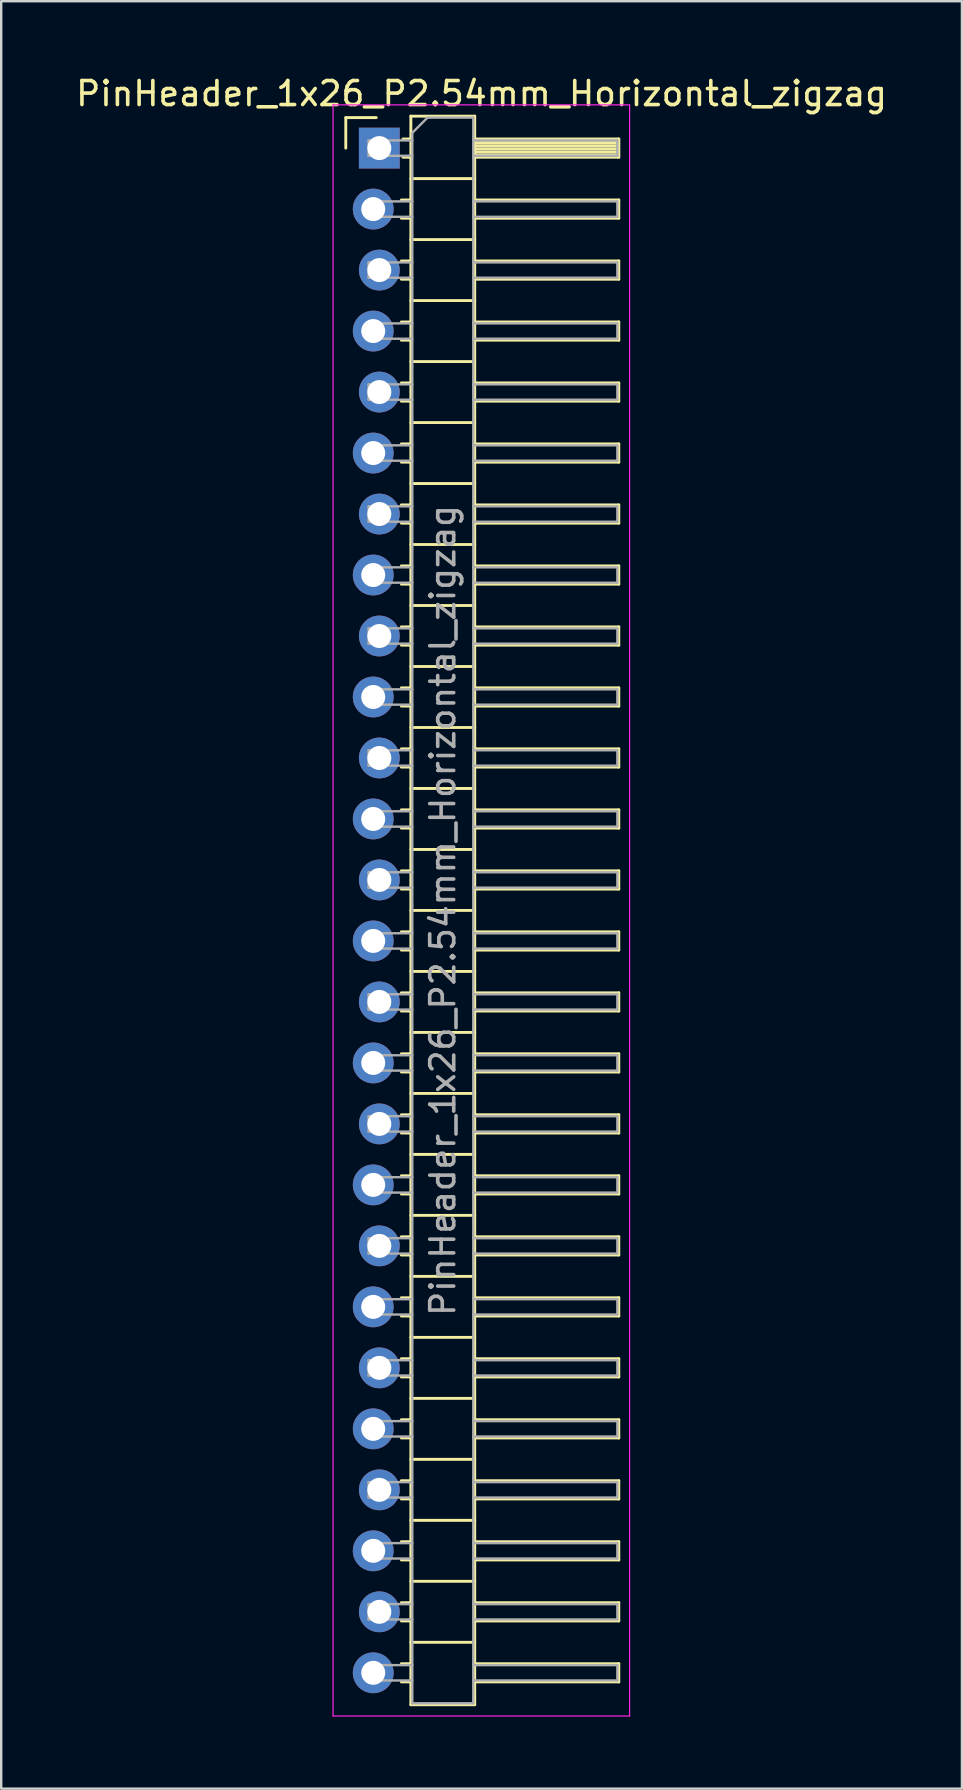
<source format=kicad_pcb>
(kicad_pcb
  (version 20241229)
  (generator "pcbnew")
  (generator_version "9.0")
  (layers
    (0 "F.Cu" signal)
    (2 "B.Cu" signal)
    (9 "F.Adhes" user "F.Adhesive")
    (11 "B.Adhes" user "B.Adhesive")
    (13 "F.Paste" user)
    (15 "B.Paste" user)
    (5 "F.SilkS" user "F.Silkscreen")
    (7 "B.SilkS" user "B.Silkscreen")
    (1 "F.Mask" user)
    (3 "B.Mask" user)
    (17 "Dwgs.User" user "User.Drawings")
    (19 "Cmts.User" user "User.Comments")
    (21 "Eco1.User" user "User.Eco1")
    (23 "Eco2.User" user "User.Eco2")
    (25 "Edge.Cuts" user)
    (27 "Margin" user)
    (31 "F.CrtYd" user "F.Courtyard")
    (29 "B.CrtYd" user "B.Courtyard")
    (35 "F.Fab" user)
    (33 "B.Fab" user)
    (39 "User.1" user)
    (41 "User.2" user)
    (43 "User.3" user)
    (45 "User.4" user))
  (footprint "PinHeader_1x26_P2.54mm_Horizontal_zigzag"
    (layer "F.Cu")
    (at 12.621 3.118)
    (property "Reference" "PinHeader_1x26_P2.54mm_Horizontal_zigzag" (at 4.385 -2.27 0) (layer "F.SilkS") (effects (font (size 1 1) (thickness 0.15))))
    (attr through_hole)
    (fp_line (start -1.27 -1.27) (end 0 -1.27) (stroke (width 0.12) (type solid)) (layer "F.SilkS"))
    (fp_line (start -1.27 0) (end -1.27 -1.27) (stroke (width 0.12) (type solid)) (layer "F.SilkS"))
    (fp_line (start 1.043 2.16) (end 1.44 2.16) (stroke (width 0.12) (type solid)) (layer "F.SilkS"))
    (fp_line (start 1.043 2.92) (end 1.44 2.92) (stroke (width 0.12) (type solid)) (layer "F.SilkS"))
    (fp_line (start 1.043 4.7) (end 1.44 4.7) (stroke (width 0.12) (type solid)) (layer "F.SilkS"))
    (fp_line (start 1.043 5.46) (end 1.44 5.46) (stroke (width 0.12) (type solid)) (layer "F.SilkS"))
    (fp_line (start 1.043 7.24) (end 1.44 7.24) (stroke (width 0.12) (type solid)) (layer "F.SilkS"))
    (fp_line (start 1.043 8) (end 1.44 8) (stroke (width 0.12) (type solid)) (layer "F.SilkS"))
    (fp_line (start 1.043 9.78) (end 1.44 9.78) (stroke (width 0.12) (type solid)) (layer "F.SilkS"))
    (fp_line (start 1.043 10.54) (end 1.44 10.54) (stroke (width 0.12) (type solid)) (layer "F.SilkS"))
    (fp_line (start 1.043 12.32) (end 1.44 12.32) (stroke (width 0.12) (type solid)) (layer "F.SilkS"))
    (fp_line (start 1.043 13.08) (end 1.44 13.08) (stroke (width 0.12) (type solid)) (layer "F.SilkS"))
    (fp_line (start 1.043 14.86) (end 1.44 14.86) (stroke (width 0.12) (type solid)) (layer "F.SilkS"))
    (fp_line (start 1.043 15.62) (end 1.44 15.62) (stroke (width 0.12) (type solid)) (layer "F.SilkS"))
    (fp_line (start 1.043 17.4) (end 1.44 17.4) (stroke (width 0.12) (type solid)) (layer "F.SilkS"))
    (fp_line (start 1.043 18.16) (end 1.44 18.16) (stroke (width 0.12) (type solid)) (layer "F.SilkS"))
    (fp_line (start 1.043 19.94) (end 1.44 19.94) (stroke (width 0.12) (type solid)) (layer "F.SilkS"))
    (fp_line (start 1.043 20.7) (end 1.44 20.7) (stroke (width 0.12) (type solid)) (layer "F.SilkS"))
    (fp_line (start 1.043 22.48) (end 1.44 22.48) (stroke (width 0.12) (type solid)) (layer "F.SilkS"))
    (fp_line (start 1.043 23.24) (end 1.44 23.24) (stroke (width 0.12) (type solid)) (layer "F.SilkS"))
    (fp_line (start 1.043 25.02) (end 1.44 25.02) (stroke (width 0.12) (type solid)) (layer "F.SilkS"))
    (fp_line (start 1.043 25.78) (end 1.44 25.78) (stroke (width 0.12) (type solid)) (layer "F.SilkS"))
    (fp_line (start 1.043 27.56) (end 1.44 27.56) (stroke (width 0.12) (type solid)) (layer "F.SilkS"))
    (fp_line (start 1.043 28.32) (end 1.44 28.32) (stroke (width 0.12) (type solid)) (layer "F.SilkS"))
    (fp_line (start 1.043 30.1) (end 1.44 30.1) (stroke (width 0.12) (type solid)) (layer "F.SilkS"))
    (fp_line (start 1.043 30.86) (end 1.44 30.86) (stroke (width 0.12) (type solid)) (layer "F.SilkS"))
    (fp_line (start 1.043 32.64) (end 1.44 32.64) (stroke (width 0.12) (type solid)) (layer "F.SilkS"))
    (fp_line (start 1.043 33.4) (end 1.44 33.4) (stroke (width 0.12) (type solid)) (layer "F.SilkS"))
    (fp_line (start 1.043 35.18) (end 1.44 35.18) (stroke (width 0.12) (type solid)) (layer "F.SilkS"))
    (fp_line (start 1.043 35.94) (end 1.44 35.94) (stroke (width 0.12) (type solid)) (layer "F.SilkS"))
    (fp_line (start 1.043 37.72) (end 1.44 37.72) (stroke (width 0.12) (type solid)) (layer "F.SilkS"))
    (fp_line (start 1.043 38.48) (end 1.44 38.48) (stroke (width 0.12) (type solid)) (layer "F.SilkS"))
    (fp_line (start 1.043 40.26) (end 1.44 40.26) (stroke (width 0.12) (type solid)) (layer "F.SilkS"))
    (fp_line (start 1.043 41.02) (end 1.44 41.02) (stroke (width 0.12) (type solid)) (layer "F.SilkS"))
    (fp_line (start 1.043 42.8) (end 1.44 42.8) (stroke (width 0.12) (type solid)) (layer "F.SilkS"))
    (fp_line (start 1.043 43.56) (end 1.44 43.56) (stroke (width 0.12) (type solid)) (layer "F.SilkS"))
    (fp_line (start 1.043 45.34) (end 1.44 45.34) (stroke (width 0.12) (type solid)) (layer "F.SilkS"))
    (fp_line (start 1.043 46.1) (end 1.44 46.1) (stroke (width 0.12) (type solid)) (layer "F.SilkS"))
    (fp_line (start 1.043 47.88) (end 1.44 47.88) (stroke (width 0.12) (type solid)) (layer "F.SilkS"))
    (fp_line (start 1.043 48.64) (end 1.44 48.64) (stroke (width 0.12) (type solid)) (layer "F.SilkS"))
    (fp_line (start 1.043 50.42) (end 1.44 50.42) (stroke (width 0.12) (type solid)) (layer "F.SilkS"))
    (fp_line (start 1.043 51.18) (end 1.44 51.18) (stroke (width 0.12) (type solid)) (layer "F.SilkS"))
    (fp_line (start 1.043 52.96) (end 1.44 52.96) (stroke (width 0.12) (type solid)) (layer "F.SilkS"))
    (fp_line (start 1.043 53.72) (end 1.44 53.72) (stroke (width 0.12) (type solid)) (layer "F.SilkS"))
    (fp_line (start 1.043 55.5) (end 1.44 55.5) (stroke (width 0.12) (type solid)) (layer "F.SilkS"))
    (fp_line (start 1.043 56.26) (end 1.44 56.26) (stroke (width 0.12) (type solid)) (layer "F.SilkS"))
    (fp_line (start 1.043 58.04) (end 1.44 58.04) (stroke (width 0.12) (type solid)) (layer "F.SilkS"))
    (fp_line (start 1.043 58.8) (end 1.44 58.8) (stroke (width 0.12) (type solid)) (layer "F.SilkS"))
    (fp_line (start 1.043 60.58) (end 1.44 60.58) (stroke (width 0.12) (type solid)) (layer "F.SilkS"))
    (fp_line (start 1.043 61.34) (end 1.44 61.34) (stroke (width 0.12) (type solid)) (layer "F.SilkS"))
    (fp_line (start 1.043 63.12) (end 1.44 63.12) (stroke (width 0.12) (type solid)) (layer "F.SilkS"))
    (fp_line (start 1.043 63.88) (end 1.44 63.88) (stroke (width 0.12) (type solid)) (layer "F.SilkS"))
    (fp_line (start 1.11 -0.38) (end 1.44 -0.38) (stroke (width 0.12) (type solid)) (layer "F.SilkS"))
    (fp_line (start 1.11 0.38) (end 1.44 0.38) (stroke (width 0.12) (type solid)) (layer "F.SilkS"))
    (fp_line (start 1.44 -1.33) (end 1.44 64.83) (stroke (width 0.12) (type solid)) (layer "F.SilkS"))
    (fp_line (start 1.44 1.27) (end 4.1 1.27) (stroke (width 0.12) (type solid)) (layer "F.SilkS"))
    (fp_line (start 1.44 3.81) (end 4.1 3.81) (stroke (width 0.12) (type solid)) (layer "F.SilkS"))
    (fp_line (start 1.44 6.35) (end 4.1 6.35) (stroke (width 0.12) (type solid)) (layer "F.SilkS"))
    (fp_line (start 1.44 8.89) (end 4.1 8.89) (stroke (width 0.12) (type solid)) (layer "F.SilkS"))
    (fp_line (start 1.44 11.43) (end 4.1 11.43) (stroke (width 0.12) (type solid)) (layer "F.SilkS"))
    (fp_line (start 1.44 13.97) (end 4.1 13.97) (stroke (width 0.12) (type solid)) (layer "F.SilkS"))
    (fp_line (start 1.44 16.51) (end 4.1 16.51) (stroke (width 0.12) (type solid)) (layer "F.SilkS"))
    (fp_line (start 1.44 19.05) (end 4.1 19.05) (stroke (width 0.12) (type solid)) (layer "F.SilkS"))
    (fp_line (start 1.44 21.59) (end 4.1 21.59) (stroke (width 0.12) (type solid)) (layer "F.SilkS"))
    (fp_line (start 1.44 24.13) (end 4.1 24.13) (stroke (width 0.12) (type solid)) (layer "F.SilkS"))
    (fp_line (start 1.44 26.67) (end 4.1 26.67) (stroke (width 0.12) (type solid)) (layer "F.SilkS"))
    (fp_line (start 1.44 29.21) (end 4.1 29.21) (stroke (width 0.12) (type solid)) (layer "F.SilkS"))
    (fp_line (start 1.44 31.75) (end 4.1 31.75) (stroke (width 0.12) (type solid)) (layer "F.SilkS"))
    (fp_line (start 1.44 34.29) (end 4.1 34.29) (stroke (width 0.12) (type solid)) (layer "F.SilkS"))
    (fp_line (start 1.44 36.83) (end 4.1 36.83) (stroke (width 0.12) (type solid)) (layer "F.SilkS"))
    (fp_line (start 1.44 39.37) (end 4.1 39.37) (stroke (width 0.12) (type solid)) (layer "F.SilkS"))
    (fp_line (start 1.44 41.91) (end 4.1 41.91) (stroke (width 0.12) (type solid)) (layer "F.SilkS"))
    (fp_line (start 1.44 44.45) (end 4.1 44.45) (stroke (width 0.12) (type solid)) (layer "F.SilkS"))
    (fp_line (start 1.44 46.99) (end 4.1 46.99) (stroke (width 0.12) (type solid)) (layer "F.SilkS"))
    (fp_line (start 1.44 49.53) (end 4.1 49.53) (stroke (width 0.12) (type solid)) (layer "F.SilkS"))
    (fp_line (start 1.44 52.07) (end 4.1 52.07) (stroke (width 0.12) (type solid)) (layer "F.SilkS"))
    (fp_line (start 1.44 54.61) (end 4.1 54.61) (stroke (width 0.12) (type solid)) (layer "F.SilkS"))
    (fp_line (start 1.44 57.15) (end 4.1 57.15) (stroke (width 0.12) (type solid)) (layer "F.SilkS"))
    (fp_line (start 1.44 59.69) (end 4.1 59.69) (stroke (width 0.12) (type solid)) (layer "F.SilkS"))
    (fp_line (start 1.44 62.23) (end 4.1 62.23) (stroke (width 0.12) (type solid)) (layer "F.SilkS"))
    (fp_line (start 1.44 64.83) (end 4.1 64.83) (stroke (width 0.12) (type solid)) (layer "F.SilkS"))
    (fp_line (start 4.1 -1.33) (end 1.44 -1.33) (stroke (width 0.12) (type solid)) (layer "F.SilkS"))
    (fp_line (start 4.1 -0.38) (end 10.1 -0.38) (stroke (width 0.12) (type solid)) (layer "F.SilkS"))
    (fp_line (start 4.1 -0.32) (end 10.1 -0.32) (stroke (width 0.12) (type solid)) (layer "F.SilkS"))
    (fp_line (start 4.1 -0.2) (end 10.1 -0.2) (stroke (width 0.12) (type solid)) (layer "F.SilkS"))
    (fp_line (start 4.1 -0.08) (end 10.1 -0.08) (stroke (width 0.12) (type solid)) (layer "F.SilkS"))
    (fp_line (start 4.1 0.04) (end 10.1 0.04) (stroke (width 0.12) (type solid)) (layer "F.SilkS"))
    (fp_line (start 4.1 0.16) (end 10.1 0.16) (stroke (width 0.12) (type solid)) (layer "F.SilkS"))
    (fp_line (start 4.1 0.28) (end 10.1 0.28) (stroke (width 0.12) (type solid)) (layer "F.SilkS"))
    (fp_line (start 4.1 2.16) (end 10.1 2.16) (stroke (width 0.12) (type solid)) (layer "F.SilkS"))
    (fp_line (start 4.1 4.7) (end 10.1 4.7) (stroke (width 0.12) (type solid)) (layer "F.SilkS"))
    (fp_line (start 4.1 7.24) (end 10.1 7.24) (stroke (width 0.12) (type solid)) (layer "F.SilkS"))
    (fp_line (start 4.1 9.78) (end 10.1 9.78) (stroke (width 0.12) (type solid)) (layer "F.SilkS"))
    (fp_line (start 4.1 12.32) (end 10.1 12.32) (stroke (width 0.12) (type solid)) (layer "F.SilkS"))
    (fp_line (start 4.1 14.86) (end 10.1 14.86) (stroke (width 0.12) (type solid)) (layer "F.SilkS"))
    (fp_line (start 4.1 17.4) (end 10.1 17.4) (stroke (width 0.12) (type solid)) (layer "F.SilkS"))
    (fp_line (start 4.1 19.94) (end 10.1 19.94) (stroke (width 0.12) (type solid)) (layer "F.SilkS"))
    (fp_line (start 4.1 22.48) (end 10.1 22.48) (stroke (width 0.12) (type solid)) (layer "F.SilkS"))
    (fp_line (start 4.1 25.02) (end 10.1 25.02) (stroke (width 0.12) (type solid)) (layer "F.SilkS"))
    (fp_line (start 4.1 27.56) (end 10.1 27.56) (stroke (width 0.12) (type solid)) (layer "F.SilkS"))
    (fp_line (start 4.1 30.1) (end 10.1 30.1) (stroke (width 0.12) (type solid)) (layer "F.SilkS"))
    (fp_line (start 4.1 32.64) (end 10.1 32.64) (stroke (width 0.12) (type solid)) (layer "F.SilkS"))
    (fp_line (start 4.1 35.18) (end 10.1 35.18) (stroke (width 0.12) (type solid)) (layer "F.SilkS"))
    (fp_line (start 4.1 37.72) (end 10.1 37.72) (stroke (width 0.12) (type solid)) (layer "F.SilkS"))
    (fp_line (start 4.1 40.26) (end 10.1 40.26) (stroke (width 0.12) (type solid)) (layer "F.SilkS"))
    (fp_line (start 4.1 42.8) (end 10.1 42.8) (stroke (width 0.12) (type solid)) (layer "F.SilkS"))
    (fp_line (start 4.1 45.34) (end 10.1 45.34) (stroke (width 0.12) (type solid)) (layer "F.SilkS"))
    (fp_line (start 4.1 47.88) (end 10.1 47.88) (stroke (width 0.12) (type solid)) (layer "F.SilkS"))
    (fp_line (start 4.1 50.42) (end 10.1 50.42) (stroke (width 0.12) (type solid)) (layer "F.SilkS"))
    (fp_line (start 4.1 52.96) (end 10.1 52.96) (stroke (width 0.12) (type solid)) (layer "F.SilkS"))
    (fp_line (start 4.1 55.5) (end 10.1 55.5) (stroke (width 0.12) (type solid)) (layer "F.SilkS"))
    (fp_line (start 4.1 58.04) (end 10.1 58.04) (stroke (width 0.12) (type solid)) (layer "F.SilkS"))
    (fp_line (start 4.1 60.58) (end 10.1 60.58) (stroke (width 0.12) (type solid)) (layer "F.SilkS"))
    (fp_line (start 4.1 63.12) (end 10.1 63.12) (stroke (width 0.12) (type solid)) (layer "F.SilkS"))
    (fp_line (start 4.1 64.83) (end 4.1 -1.33) (stroke (width 0.12) (type solid)) (layer "F.SilkS"))
    (fp_line (start 10.1 -0.38) (end 10.1 0.38) (stroke (width 0.12) (type solid)) (layer "F.SilkS"))
    (fp_line (start 10.1 0.38) (end 4.1 0.38) (stroke (width 0.12) (type solid)) (layer "F.SilkS"))
    (fp_line (start 10.1 2.16) (end 10.1 2.92) (stroke (width 0.12) (type solid)) (layer "F.SilkS"))
    (fp_line (start 10.1 2.92) (end 4.1 2.92) (stroke (width 0.12) (type solid)) (layer "F.SilkS"))
    (fp_line (start 10.1 4.7) (end 10.1 5.46) (stroke (width 0.12) (type solid)) (layer "F.SilkS"))
    (fp_line (start 10.1 5.46) (end 4.1 5.46) (stroke (width 0.12) (type solid)) (layer "F.SilkS"))
    (fp_line (start 10.1 7.24) (end 10.1 8) (stroke (width 0.12) (type solid)) (layer "F.SilkS"))
    (fp_line (start 10.1 8) (end 4.1 8) (stroke (width 0.12) (type solid)) (layer "F.SilkS"))
    (fp_line (start 10.1 9.78) (end 10.1 10.54) (stroke (width 0.12) (type solid)) (layer "F.SilkS"))
    (fp_line (start 10.1 10.54) (end 4.1 10.54) (stroke (width 0.12) (type solid)) (layer "F.SilkS"))
    (fp_line (start 10.1 12.32) (end 10.1 13.08) (stroke (width 0.12) (type solid)) (layer "F.SilkS"))
    (fp_line (start 10.1 13.08) (end 4.1 13.08) (stroke (width 0.12) (type solid)) (layer "F.SilkS"))
    (fp_line (start 10.1 14.86) (end 10.1 15.62) (stroke (width 0.12) (type solid)) (layer "F.SilkS"))
    (fp_line (start 10.1 15.62) (end 4.1 15.62) (stroke (width 0.12) (type solid)) (layer "F.SilkS"))
    (fp_line (start 10.1 17.4) (end 10.1 18.16) (stroke (width 0.12) (type solid)) (layer "F.SilkS"))
    (fp_line (start 10.1 18.16) (end 4.1 18.16) (stroke (width 0.12) (type solid)) (layer "F.SilkS"))
    (fp_line (start 10.1 19.94) (end 10.1 20.7) (stroke (width 0.12) (type solid)) (layer "F.SilkS"))
    (fp_line (start 10.1 20.7) (end 4.1 20.7) (stroke (width 0.12) (type solid)) (layer "F.SilkS"))
    (fp_line (start 10.1 22.48) (end 10.1 23.24) (stroke (width 0.12) (type solid)) (layer "F.SilkS"))
    (fp_line (start 10.1 23.24) (end 4.1 23.24) (stroke (width 0.12) (type solid)) (layer "F.SilkS"))
    (fp_line (start 10.1 25.02) (end 10.1 25.78) (stroke (width 0.12) (type solid)) (layer "F.SilkS"))
    (fp_line (start 10.1 25.78) (end 4.1 25.78) (stroke (width 0.12) (type solid)) (layer "F.SilkS"))
    (fp_line (start 10.1 27.56) (end 10.1 28.32) (stroke (width 0.12) (type solid)) (layer "F.SilkS"))
    (fp_line (start 10.1 28.32) (end 4.1 28.32) (stroke (width 0.12) (type solid)) (layer "F.SilkS"))
    (fp_line (start 10.1 30.1) (end 10.1 30.86) (stroke (width 0.12) (type solid)) (layer "F.SilkS"))
    (fp_line (start 10.1 30.86) (end 4.1 30.86) (stroke (width 0.12) (type solid)) (layer "F.SilkS"))
    (fp_line (start 10.1 32.64) (end 10.1 33.4) (stroke (width 0.12) (type solid)) (layer "F.SilkS"))
    (fp_line (start 10.1 33.4) (end 4.1 33.4) (stroke (width 0.12) (type solid)) (layer "F.SilkS"))
    (fp_line (start 10.1 35.18) (end 10.1 35.94) (stroke (width 0.12) (type solid)) (layer "F.SilkS"))
    (fp_line (start 10.1 35.94) (end 4.1 35.94) (stroke (width 0.12) (type solid)) (layer "F.SilkS"))
    (fp_line (start 10.1 37.72) (end 10.1 38.48) (stroke (width 0.12) (type solid)) (layer "F.SilkS"))
    (fp_line (start 10.1 38.48) (end 4.1 38.48) (stroke (width 0.12) (type solid)) (layer "F.SilkS"))
    (fp_line (start 10.1 40.26) (end 10.1 41.02) (stroke (width 0.12) (type solid)) (layer "F.SilkS"))
    (fp_line (start 10.1 41.02) (end 4.1 41.02) (stroke (width 0.12) (type solid)) (layer "F.SilkS"))
    (fp_line (start 10.1 42.8) (end 10.1 43.56) (stroke (width 0.12) (type solid)) (layer "F.SilkS"))
    (fp_line (start 10.1 43.56) (end 4.1 43.56) (stroke (width 0.12) (type solid)) (layer "F.SilkS"))
    (fp_line (start 10.1 45.34) (end 10.1 46.1) (stroke (width 0.12) (type solid)) (layer "F.SilkS"))
    (fp_line (start 10.1 46.1) (end 4.1 46.1) (stroke (width 0.12) (type solid)) (layer "F.SilkS"))
    (fp_line (start 10.1 47.88) (end 10.1 48.64) (stroke (width 0.12) (type solid)) (layer "F.SilkS"))
    (fp_line (start 10.1 48.64) (end 4.1 48.64) (stroke (width 0.12) (type solid)) (layer "F.SilkS"))
    (fp_line (start 10.1 50.42) (end 10.1 51.18) (stroke (width 0.12) (type solid)) (layer "F.SilkS"))
    (fp_line (start 10.1 51.18) (end 4.1 51.18) (stroke (width 0.12) (type solid)) (layer "F.SilkS"))
    (fp_line (start 10.1 52.96) (end 10.1 53.72) (stroke (width 0.12) (type solid)) (layer "F.SilkS"))
    (fp_line (start 10.1 53.72) (end 4.1 53.72) (stroke (width 0.12) (type solid)) (layer "F.SilkS"))
    (fp_line (start 10.1 55.5) (end 10.1 56.26) (stroke (width 0.12) (type solid)) (layer "F.SilkS"))
    (fp_line (start 10.1 56.26) (end 4.1 56.26) (stroke (width 0.12) (type solid)) (layer "F.SilkS"))
    (fp_line (start 10.1 58.04) (end 10.1 58.8) (stroke (width 0.12) (type solid)) (layer "F.SilkS"))
    (fp_line (start 10.1 58.8) (end 4.1 58.8) (stroke (width 0.12) (type solid)) (layer "F.SilkS"))
    (fp_line (start 10.1 60.58) (end 10.1 61.34) (stroke (width 0.12) (type solid)) (layer "F.SilkS"))
    (fp_line (start 10.1 61.34) (end 4.1 61.34) (stroke (width 0.12) (type solid)) (layer "F.SilkS"))
    (fp_line (start 10.1 63.12) (end 10.1 63.88) (stroke (width 0.12) (type solid)) (layer "F.SilkS"))
    (fp_line (start 10.1 63.88) (end 4.1 63.88) (stroke (width 0.12) (type solid)) (layer "F.SilkS"))
    (fp_line (start -1.8 -1.8) (end -1.8 65.3) (stroke (width 0.05) (type solid)) (layer "F.CrtYd"))
    (fp_line (start -1.8 65.3) (end 10.55 65.3) (stroke (width 0.05) (type solid)) (layer "F.CrtYd"))
    (fp_line (start 10.55 -1.8) (end -1.8 -1.8) (stroke (width 0.05) (type solid)) (layer "F.CrtYd"))
    (fp_line (start 10.55 65.3) (end 10.55 -1.8) (stroke (width 0.05) (type solid)) (layer "F.CrtYd"))
    (fp_line (start -0.32 -0.32) (end -0.32 0.32) (stroke (width 0.1) (type solid)) (layer "F.Fab"))
    (fp_line (start -0.32 -0.32) (end 1.5 -0.32) (stroke (width 0.1) (type solid)) (layer "F.Fab"))
    (fp_line (start -0.32 0.32) (end 1.5 0.32) (stroke (width 0.1) (type solid)) (layer "F.Fab"))
    (fp_line (start -0.32 2.22) (end -0.32 2.86) (stroke (width 0.1) (type solid)) (layer "F.Fab"))
    (fp_line (start -0.32 2.22) (end 1.5 2.22) (stroke (width 0.1) (type solid)) (layer "F.Fab"))
    (fp_line (start -0.32 2.86) (end 1.5 2.86) (stroke (width 0.1) (type solid)) (layer "F.Fab"))
    (fp_line (start -0.32 4.76) (end -0.32 5.4) (stroke (width 0.1) (type solid)) (layer "F.Fab"))
    (fp_line (start -0.32 4.76) (end 1.5 4.76) (stroke (width 0.1) (type solid)) (layer "F.Fab"))
    (fp_line (start -0.32 5.4) (end 1.5 5.4) (stroke (width 0.1) (type solid)) (layer "F.Fab"))
    (fp_line (start -0.32 7.3) (end -0.32 7.94) (stroke (width 0.1) (type solid)) (layer "F.Fab"))
    (fp_line (start -0.32 7.3) (end 1.5 7.3) (stroke (width 0.1) (type solid)) (layer "F.Fab"))
    (fp_line (start -0.32 7.94) (end 1.5 7.94) (stroke (width 0.1) (type solid)) (layer "F.Fab"))
    (fp_line (start -0.32 9.84) (end -0.32 10.48) (stroke (width 0.1) (type solid)) (layer "F.Fab"))
    (fp_line (start -0.32 9.84) (end 1.5 9.84) (stroke (width 0.1) (type solid)) (layer "F.Fab"))
    (fp_line (start -0.32 10.48) (end 1.5 10.48) (stroke (width 0.1) (type solid)) (layer "F.Fab"))
    (fp_line (start -0.32 12.38) (end -0.32 13.02) (stroke (width 0.1) (type solid)) (layer "F.Fab"))
    (fp_line (start -0.32 12.38) (end 1.5 12.38) (stroke (width 0.1) (type solid)) (layer "F.Fab"))
    (fp_line (start -0.32 13.02) (end 1.5 13.02) (stroke (width 0.1) (type solid)) (layer "F.Fab"))
    (fp_line (start -0.32 14.92) (end -0.32 15.56) (stroke (width 0.1) (type solid)) (layer "F.Fab"))
    (fp_line (start -0.32 14.92) (end 1.5 14.92) (stroke (width 0.1) (type solid)) (layer "F.Fab"))
    (fp_line (start -0.32 15.56) (end 1.5 15.56) (stroke (width 0.1) (type solid)) (layer "F.Fab"))
    (fp_line (start -0.32 17.46) (end -0.32 18.1) (stroke (width 0.1) (type solid)) (layer "F.Fab"))
    (fp_line (start -0.32 17.46) (end 1.5 17.46) (stroke (width 0.1) (type solid)) (layer "F.Fab"))
    (fp_line (start -0.32 18.1) (end 1.5 18.1) (stroke (width 0.1) (type solid)) (layer "F.Fab"))
    (fp_line (start -0.32 20) (end -0.32 20.64) (stroke (width 0.1) (type solid)) (layer "F.Fab"))
    (fp_line (start -0.32 20) (end 1.5 20) (stroke (width 0.1) (type solid)) (layer "F.Fab"))
    (fp_line (start -0.32 20.64) (end 1.5 20.64) (stroke (width 0.1) (type solid)) (layer "F.Fab"))
    (fp_line (start -0.32 22.54) (end -0.32 23.18) (stroke (width 0.1) (type solid)) (layer "F.Fab"))
    (fp_line (start -0.32 22.54) (end 1.5 22.54) (stroke (width 0.1) (type solid)) (layer "F.Fab"))
    (fp_line (start -0.32 23.18) (end 1.5 23.18) (stroke (width 0.1) (type solid)) (layer "F.Fab"))
    (fp_line (start -0.32 25.08) (end -0.32 25.72) (stroke (width 0.1) (type solid)) (layer "F.Fab"))
    (fp_line (start -0.32 25.08) (end 1.5 25.08) (stroke (width 0.1) (type solid)) (layer "F.Fab"))
    (fp_line (start -0.32 25.72) (end 1.5 25.72) (stroke (width 0.1) (type solid)) (layer "F.Fab"))
    (fp_line (start -0.32 27.62) (end -0.32 28.26) (stroke (width 0.1) (type solid)) (layer "F.Fab"))
    (fp_line (start -0.32 27.62) (end 1.5 27.62) (stroke (width 0.1) (type solid)) (layer "F.Fab"))
    (fp_line (start -0.32 28.26) (end 1.5 28.26) (stroke (width 0.1) (type solid)) (layer "F.Fab"))
    (fp_line (start -0.32 30.16) (end -0.32 30.8) (stroke (width 0.1) (type solid)) (layer "F.Fab"))
    (fp_line (start -0.32 30.16) (end 1.5 30.16) (stroke (width 0.1) (type solid)) (layer "F.Fab"))
    (fp_line (start -0.32 30.8) (end 1.5 30.8) (stroke (width 0.1) (type solid)) (layer "F.Fab"))
    (fp_line (start -0.32 32.7) (end -0.32 33.34) (stroke (width 0.1) (type solid)) (layer "F.Fab"))
    (fp_line (start -0.32 32.7) (end 1.5 32.7) (stroke (width 0.1) (type solid)) (layer "F.Fab"))
    (fp_line (start -0.32 33.34) (end 1.5 33.34) (stroke (width 0.1) (type solid)) (layer "F.Fab"))
    (fp_line (start -0.32 35.24) (end -0.32 35.88) (stroke (width 0.1) (type solid)) (layer "F.Fab"))
    (fp_line (start -0.32 35.24) (end 1.5 35.24) (stroke (width 0.1) (type solid)) (layer "F.Fab"))
    (fp_line (start -0.32 35.88) (end 1.5 35.88) (stroke (width 0.1) (type solid)) (layer "F.Fab"))
    (fp_line (start -0.32 37.78) (end -0.32 38.42) (stroke (width 0.1) (type solid)) (layer "F.Fab"))
    (fp_line (start -0.32 37.78) (end 1.5 37.78) (stroke (width 0.1) (type solid)) (layer "F.Fab"))
    (fp_line (start -0.32 38.42) (end 1.5 38.42) (stroke (width 0.1) (type solid)) (layer "F.Fab"))
    (fp_line (start -0.32 40.32) (end -0.32 40.96) (stroke (width 0.1) (type solid)) (layer "F.Fab"))
    (fp_line (start -0.32 40.32) (end 1.5 40.32) (stroke (width 0.1) (type solid)) (layer "F.Fab"))
    (fp_line (start -0.32 40.96) (end 1.5 40.96) (stroke (width 0.1) (type solid)) (layer "F.Fab"))
    (fp_line (start -0.32 42.86) (end -0.32 43.5) (stroke (width 0.1) (type solid)) (layer "F.Fab"))
    (fp_line (start -0.32 42.86) (end 1.5 42.86) (stroke (width 0.1) (type solid)) (layer "F.Fab"))
    (fp_line (start -0.32 43.5) (end 1.5 43.5) (stroke (width 0.1) (type solid)) (layer "F.Fab"))
    (fp_line (start -0.32 45.4) (end -0.32 46.04) (stroke (width 0.1) (type solid)) (layer "F.Fab"))
    (fp_line (start -0.32 45.4) (end 1.5 45.4) (stroke (width 0.1) (type solid)) (layer "F.Fab"))
    (fp_line (start -0.32 46.04) (end 1.5 46.04) (stroke (width 0.1) (type solid)) (layer "F.Fab"))
    (fp_line (start -0.32 47.94) (end -0.32 48.58) (stroke (width 0.1) (type solid)) (layer "F.Fab"))
    (fp_line (start -0.32 47.94) (end 1.5 47.94) (stroke (width 0.1) (type solid)) (layer "F.Fab"))
    (fp_line (start -0.32 48.58) (end 1.5 48.58) (stroke (width 0.1) (type solid)) (layer "F.Fab"))
    (fp_line (start -0.32 50.48) (end -0.32 51.12) (stroke (width 0.1) (type solid)) (layer "F.Fab"))
    (fp_line (start -0.32 50.48) (end 1.5 50.48) (stroke (width 0.1) (type solid)) (layer "F.Fab"))
    (fp_line (start -0.32 51.12) (end 1.5 51.12) (stroke (width 0.1) (type solid)) (layer "F.Fab"))
    (fp_line (start -0.32 53.02) (end -0.32 53.66) (stroke (width 0.1) (type solid)) (layer "F.Fab"))
    (fp_line (start -0.32 53.02) (end 1.5 53.02) (stroke (width 0.1) (type solid)) (layer "F.Fab"))
    (fp_line (start -0.32 53.66) (end 1.5 53.66) (stroke (width 0.1) (type solid)) (layer "F.Fab"))
    (fp_line (start -0.32 55.56) (end -0.32 56.2) (stroke (width 0.1) (type solid)) (layer "F.Fab"))
    (fp_line (start -0.32 55.56) (end 1.5 55.56) (stroke (width 0.1) (type solid)) (layer "F.Fab"))
    (fp_line (start -0.32 56.2) (end 1.5 56.2) (stroke (width 0.1) (type solid)) (layer "F.Fab"))
    (fp_line (start -0.32 58.1) (end -0.32 58.74) (stroke (width 0.1) (type solid)) (layer "F.Fab"))
    (fp_line (start -0.32 58.1) (end 1.5 58.1) (stroke (width 0.1) (type solid)) (layer "F.Fab"))
    (fp_line (start -0.32 58.74) (end 1.5 58.74) (stroke (width 0.1) (type solid)) (layer "F.Fab"))
    (fp_line (start -0.32 60.64) (end -0.32 61.28) (stroke (width 0.1) (type solid)) (layer "F.Fab"))
    (fp_line (start -0.32 60.64) (end 1.5 60.64) (stroke (width 0.1) (type solid)) (layer "F.Fab"))
    (fp_line (start -0.32 61.28) (end 1.5 61.28) (stroke (width 0.1) (type solid)) (layer "F.Fab"))
    (fp_line (start -0.32 63.18) (end -0.32 63.82) (stroke (width 0.1) (type solid)) (layer "F.Fab"))
    (fp_line (start -0.32 63.18) (end 1.5 63.18) (stroke (width 0.1) (type solid)) (layer "F.Fab"))
    (fp_line (start -0.32 63.82) (end 1.5 63.82) (stroke (width 0.1) (type solid)) (layer "F.Fab"))
    (fp_line (start 1.5 -0.635) (end 2.135 -1.27) (stroke (width 0.1) (type solid)) (layer "F.Fab"))
    (fp_line (start 1.5 64.77) (end 1.5 -0.635) (stroke (width 0.1) (type solid)) (layer "F.Fab"))
    (fp_line (start 2.135 -1.27) (end 4.04 -1.27) (stroke (width 0.1) (type solid)) (layer "F.Fab"))
    (fp_line (start 4.04 -1.27) (end 4.04 64.77) (stroke (width 0.1) (type solid)) (layer "F.Fab"))
    (fp_line (start 4.04 -0.32) (end 10.04 -0.32) (stroke (width 0.1) (type solid)) (layer "F.Fab"))
    (fp_line (start 4.04 0.32) (end 10.04 0.32) (stroke (width 0.1) (type solid)) (layer "F.Fab"))
    (fp_line (start 4.04 2.22) (end 10.04 2.22) (stroke (width 0.1) (type solid)) (layer "F.Fab"))
    (fp_line (start 4.04 2.86) (end 10.04 2.86) (stroke (width 0.1) (type solid)) (layer "F.Fab"))
    (fp_line (start 4.04 4.76) (end 10.04 4.76) (stroke (width 0.1) (type solid)) (layer "F.Fab"))
    (fp_line (start 4.04 5.4) (end 10.04 5.4) (stroke (width 0.1) (type solid)) (layer "F.Fab"))
    (fp_line (start 4.04 7.3) (end 10.04 7.3) (stroke (width 0.1) (type solid)) (layer "F.Fab"))
    (fp_line (start 4.04 7.94) (end 10.04 7.94) (stroke (width 0.1) (type solid)) (layer "F.Fab"))
    (fp_line (start 4.04 9.84) (end 10.04 9.84) (stroke (width 0.1) (type solid)) (layer "F.Fab"))
    (fp_line (start 4.04 10.48) (end 10.04 10.48) (stroke (width 0.1) (type solid)) (layer "F.Fab"))
    (fp_line (start 4.04 12.38) (end 10.04 12.38) (stroke (width 0.1) (type solid)) (layer "F.Fab"))
    (fp_line (start 4.04 13.02) (end 10.04 13.02) (stroke (width 0.1) (type solid)) (layer "F.Fab"))
    (fp_line (start 4.04 14.92) (end 10.04 14.92) (stroke (width 0.1) (type solid)) (layer "F.Fab"))
    (fp_line (start 4.04 15.56) (end 10.04 15.56) (stroke (width 0.1) (type solid)) (layer "F.Fab"))
    (fp_line (start 4.04 17.46) (end 10.04 17.46) (stroke (width 0.1) (type solid)) (layer "F.Fab"))
    (fp_line (start 4.04 18.1) (end 10.04 18.1) (stroke (width 0.1) (type solid)) (layer "F.Fab"))
    (fp_line (start 4.04 20) (end 10.04 20) (stroke (width 0.1) (type solid)) (layer "F.Fab"))
    (fp_line (start 4.04 20.64) (end 10.04 20.64) (stroke (width 0.1) (type solid)) (layer "F.Fab"))
    (fp_line (start 4.04 22.54) (end 10.04 22.54) (stroke (width 0.1) (type solid)) (layer "F.Fab"))
    (fp_line (start 4.04 23.18) (end 10.04 23.18) (stroke (width 0.1) (type solid)) (layer "F.Fab"))
    (fp_line (start 4.04 25.08) (end 10.04 25.08) (stroke (width 0.1) (type solid)) (layer "F.Fab"))
    (fp_line (start 4.04 25.72) (end 10.04 25.72) (stroke (width 0.1) (type solid)) (layer "F.Fab"))
    (fp_line (start 4.04 27.62) (end 10.04 27.62) (stroke (width 0.1) (type solid)) (layer "F.Fab"))
    (fp_line (start 4.04 28.26) (end 10.04 28.26) (stroke (width 0.1) (type solid)) (layer "F.Fab"))
    (fp_line (start 4.04 30.16) (end 10.04 30.16) (stroke (width 0.1) (type solid)) (layer "F.Fab"))
    (fp_line (start 4.04 30.8) (end 10.04 30.8) (stroke (width 0.1) (type solid)) (layer "F.Fab"))
    (fp_line (start 4.04 32.7) (end 10.04 32.7) (stroke (width 0.1) (type solid)) (layer "F.Fab"))
    (fp_line (start 4.04 33.34) (end 10.04 33.34) (stroke (width 0.1) (type solid)) (layer "F.Fab"))
    (fp_line (start 4.04 35.24) (end 10.04 35.24) (stroke (width 0.1) (type solid)) (layer "F.Fab"))
    (fp_line (start 4.04 35.88) (end 10.04 35.88) (stroke (width 0.1) (type solid)) (layer "F.Fab"))
    (fp_line (start 4.04 37.78) (end 10.04 37.78) (stroke (width 0.1) (type solid)) (layer "F.Fab"))
    (fp_line (start 4.04 38.42) (end 10.04 38.42) (stroke (width 0.1) (type solid)) (layer "F.Fab"))
    (fp_line (start 4.04 40.32) (end 10.04 40.32) (stroke (width 0.1) (type solid)) (layer "F.Fab"))
    (fp_line (start 4.04 40.96) (end 10.04 40.96) (stroke (width 0.1) (type solid)) (layer "F.Fab"))
    (fp_line (start 4.04 42.86) (end 10.04 42.86) (stroke (width 0.1) (type solid)) (layer "F.Fab"))
    (fp_line (start 4.04 43.5) (end 10.04 43.5) (stroke (width 0.1) (type solid)) (layer "F.Fab"))
    (fp_line (start 4.04 45.4) (end 10.04 45.4) (stroke (width 0.1) (type solid)) (layer "F.Fab"))
    (fp_line (start 4.04 46.04) (end 10.04 46.04) (stroke (width 0.1) (type solid)) (layer "F.Fab"))
    (fp_line (start 4.04 47.94) (end 10.04 47.94) (stroke (width 0.1) (type solid)) (layer "F.Fab"))
    (fp_line (start 4.04 48.58) (end 10.04 48.58) (stroke (width 0.1) (type solid)) (layer "F.Fab"))
    (fp_line (start 4.04 50.48) (end 10.04 50.48) (stroke (width 0.1) (type solid)) (layer "F.Fab"))
    (fp_line (start 4.04 51.12) (end 10.04 51.12) (stroke (width 0.1) (type solid)) (layer "F.Fab"))
    (fp_line (start 4.04 53.02) (end 10.04 53.02) (stroke (width 0.1) (type solid)) (layer "F.Fab"))
    (fp_line (start 4.04 53.66) (end 10.04 53.66) (stroke (width 0.1) (type solid)) (layer "F.Fab"))
    (fp_line (start 4.04 55.56) (end 10.04 55.56) (stroke (width 0.1) (type solid)) (layer "F.Fab"))
    (fp_line (start 4.04 56.2) (end 10.04 56.2) (stroke (width 0.1) (type solid)) (layer "F.Fab"))
    (fp_line (start 4.04 58.1) (end 10.04 58.1) (stroke (width 0.1) (type solid)) (layer "F.Fab"))
    (fp_line (start 4.04 58.74) (end 10.04 58.74) (stroke (width 0.1) (type solid)) (layer "F.Fab"))
    (fp_line (start 4.04 60.64) (end 10.04 60.64) (stroke (width 0.1) (type solid)) (layer "F.Fab"))
    (fp_line (start 4.04 61.28) (end 10.04 61.28) (stroke (width 0.1) (type solid)) (layer "F.Fab"))
    (fp_line (start 4.04 63.18) (end 10.04 63.18) (stroke (width 0.1) (type solid)) (layer "F.Fab"))
    (fp_line (start 4.04 63.82) (end 10.04 63.82) (stroke (width 0.1) (type solid)) (layer "F.Fab"))
    (fp_line (start 4.04 64.77) (end 1.5 64.77) (stroke (width 0.1) (type solid)) (layer "F.Fab"))
    (fp_line (start 10.04 -0.32) (end 10.04 0.32) (stroke (width 0.1) (type solid)) (layer "F.Fab"))
    (fp_line (start 10.04 2.22) (end 10.04 2.86) (stroke (width 0.1) (type solid)) (layer "F.Fab"))
    (fp_line (start 10.04 4.76) (end 10.04 5.4) (stroke (width 0.1) (type solid)) (layer "F.Fab"))
    (fp_line (start 10.04 7.3) (end 10.04 7.94) (stroke (width 0.1) (type solid)) (layer "F.Fab"))
    (fp_line (start 10.04 9.84) (end 10.04 10.48) (stroke (width 0.1) (type solid)) (layer "F.Fab"))
    (fp_line (start 10.04 12.38) (end 10.04 13.02) (stroke (width 0.1) (type solid)) (layer "F.Fab"))
    (fp_line (start 10.04 14.92) (end 10.04 15.56) (stroke (width 0.1) (type solid)) (layer "F.Fab"))
    (fp_line (start 10.04 17.46) (end 10.04 18.1) (stroke (width 0.1) (type solid)) (layer "F.Fab"))
    (fp_line (start 10.04 20) (end 10.04 20.64) (stroke (width 0.1) (type solid)) (layer "F.Fab"))
    (fp_line (start 10.04 22.54) (end 10.04 23.18) (stroke (width 0.1) (type solid)) (layer "F.Fab"))
    (fp_line (start 10.04 25.08) (end 10.04 25.72) (stroke (width 0.1) (type solid)) (layer "F.Fab"))
    (fp_line (start 10.04 27.62) (end 10.04 28.26) (stroke (width 0.1) (type solid)) (layer "F.Fab"))
    (fp_line (start 10.04 30.16) (end 10.04 30.8) (stroke (width 0.1) (type solid)) (layer "F.Fab"))
    (fp_line (start 10.04 32.7) (end 10.04 33.34) (stroke (width 0.1) (type solid)) (layer "F.Fab"))
    (fp_line (start 10.04 35.24) (end 10.04 35.88) (stroke (width 0.1) (type solid)) (layer "F.Fab"))
    (fp_line (start 10.04 37.78) (end 10.04 38.42) (stroke (width 0.1) (type solid)) (layer "F.Fab"))
    (fp_line (start 10.04 40.32) (end 10.04 40.96) (stroke (width 0.1) (type solid)) (layer "F.Fab"))
    (fp_line (start 10.04 42.86) (end 10.04 43.5) (stroke (width 0.1) (type solid)) (layer "F.Fab"))
    (fp_line (start 10.04 45.4) (end 10.04 46.04) (stroke (width 0.1) (type solid)) (layer "F.Fab"))
    (fp_line (start 10.04 47.94) (end 10.04 48.58) (stroke (width 0.1) (type solid)) (layer "F.Fab"))
    (fp_line (start 10.04 50.48) (end 10.04 51.12) (stroke (width 0.1) (type solid)) (layer "F.Fab"))
    (fp_line (start 10.04 53.02) (end 10.04 53.66) (stroke (width 0.1) (type solid)) (layer "F.Fab"))
    (fp_line (start 10.04 55.56) (end 10.04 56.2) (stroke (width 0.1) (type solid)) (layer "F.Fab"))
    (fp_line (start 10.04 58.1) (end 10.04 58.74) (stroke (width 0.1) (type solid)) (layer "F.Fab"))
    (fp_line (start 10.04 60.64) (end 10.04 61.28) (stroke (width 0.1) (type solid)) (layer "F.Fab"))
    (fp_line (start 10.04 63.18) (end 10.04 63.82) (stroke (width 0.1) (type solid)) (layer "F.Fab"))
    (fp_text user "${REFERENCE}" (at 2.77 31.75 90) (layer "F.Fab") (effects (font (size 1 1) (thickness 0.15))))
    (pad "1" thru_hole rect (at 0.127 0) (size 1.7 1.7) (drill 1) (layers "*.Cu" "*.Mask"))
    (pad "2" thru_hole oval (at -0.127 2.54) (size 1.7 1.7) (drill 1) (layers "*.Cu" "*.Mask"))
    (pad "3" thru_hole oval (at 0.127 5.08) (size 1.7 1.7) (drill 1) (layers "*.Cu" "*.Mask"))
    (pad "4" thru_hole oval (at -0.127 7.62) (size 1.7 1.7) (drill 1) (layers "*.Cu" "*.Mask"))
    (pad "5" thru_hole oval (at 0.127 10.16) (size 1.7 1.7) (drill 1) (layers "*.Cu" "*.Mask"))
    (pad "6" thru_hole oval (at -0.127 12.7) (size 1.7 1.7) (drill 1) (layers "*.Cu" "*.Mask"))
    (pad "7" thru_hole oval (at 0.127 15.24) (size 1.7 1.7) (drill 1) (layers "*.Cu" "*.Mask"))
    (pad "8" thru_hole oval (at -0.127 17.78) (size 1.7 1.7) (drill 1) (layers "*.Cu" "*.Mask"))
    (pad "9" thru_hole oval (at 0.127 20.32) (size 1.7 1.7) (drill 1) (layers "*.Cu" "*.Mask"))
    (pad "10" thru_hole oval (at -0.127 22.86) (size 1.7 1.7) (drill 1) (layers "*.Cu" "*.Mask"))
    (pad "11" thru_hole oval (at 0.127 25.4) (size 1.7 1.7) (drill 1) (layers "*.Cu" "*.Mask"))
    (pad "12" thru_hole oval (at -0.127 27.94) (size 1.7 1.7) (drill 1) (layers "*.Cu" "*.Mask"))
    (pad "13" thru_hole oval (at 0.127 30.48) (size 1.7 1.7) (drill 1) (layers "*.Cu" "*.Mask"))
    (pad "14" thru_hole oval (at -0.127 33.02) (size 1.7 1.7) (drill 1) (layers "*.Cu" "*.Mask"))
    (pad "15" thru_hole oval (at 0.127 35.56) (size 1.7 1.7) (drill 1) (layers "*.Cu" "*.Mask"))
    (pad "16" thru_hole oval (at -0.127 38.1) (size 1.7 1.7) (drill 1) (layers "*.Cu" "*.Mask"))
    (pad "17" thru_hole oval (at 0.127 40.64) (size 1.7 1.7) (drill 1) (layers "*.Cu" "*.Mask"))
    (pad "18" thru_hole oval (at -0.127 43.18) (size 1.7 1.7) (drill 1) (layers "*.Cu" "*.Mask"))
    (pad "19" thru_hole oval (at 0.127 45.72) (size 1.7 1.7) (drill 1) (layers "*.Cu" "*.Mask"))
    (pad "20" thru_hole oval (at -0.127 48.26) (size 1.7 1.7) (drill 1) (layers "*.Cu" "*.Mask"))
    (pad "21" thru_hole oval (at 0.127 50.8) (size 1.7 1.7) (drill 1) (layers "*.Cu" "*.Mask"))
    (pad "22" thru_hole oval (at -0.127 53.34) (size 1.7 1.7) (drill 1) (layers "*.Cu" "*.Mask"))
    (pad "23" thru_hole oval (at 0.127 55.88) (size 1.7 1.7) (drill 1) (layers "*.Cu" "*.Mask"))
    (pad "24" thru_hole oval (at -0.127 58.42) (size 1.7 1.7) (drill 1) (layers "*.Cu" "*.Mask"))
    (pad "25" thru_hole oval (at 0.127 60.96) (size 1.7 1.7) (drill 1) (layers "*.Cu" "*.Mask"))
    (pad "26" thru_hole oval (at -0.127 63.5) (size 1.7 1.7) (drill 1) (layers "*.Cu" "*.Mask")))
  (gr_rect
    (start -3 -3)
    (end 37.012 71.443)
    (stroke (width 0.1) (type default))
    (fill no)
    (layer "Edge.Cuts")))
</source>
